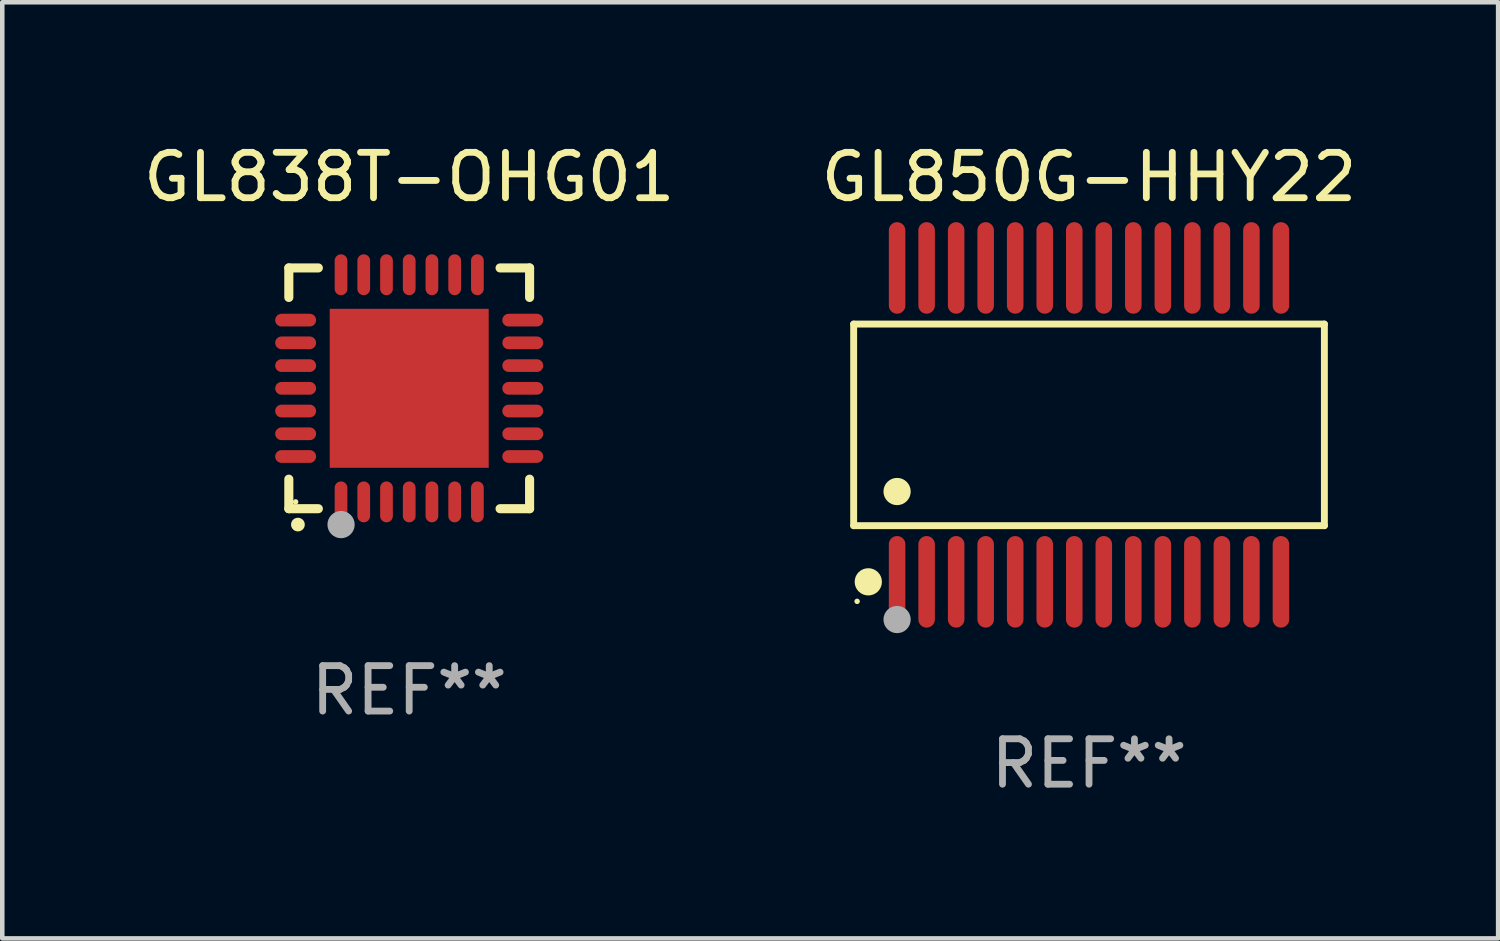
<source format=kicad_pcb>
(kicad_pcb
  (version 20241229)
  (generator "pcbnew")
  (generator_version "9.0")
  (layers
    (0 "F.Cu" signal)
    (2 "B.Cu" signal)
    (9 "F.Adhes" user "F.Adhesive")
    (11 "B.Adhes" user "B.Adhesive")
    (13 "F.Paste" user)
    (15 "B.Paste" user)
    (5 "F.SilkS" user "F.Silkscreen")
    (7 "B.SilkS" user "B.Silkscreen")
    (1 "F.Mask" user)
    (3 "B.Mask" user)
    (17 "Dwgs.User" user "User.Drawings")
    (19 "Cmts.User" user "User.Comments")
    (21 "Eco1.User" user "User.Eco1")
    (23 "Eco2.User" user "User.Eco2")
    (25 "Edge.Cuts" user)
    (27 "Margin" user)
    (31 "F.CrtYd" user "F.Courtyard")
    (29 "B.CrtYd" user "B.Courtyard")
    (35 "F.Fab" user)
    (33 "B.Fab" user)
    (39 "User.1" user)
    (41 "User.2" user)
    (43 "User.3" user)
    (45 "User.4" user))
  (footprint "GL838T-OHG01"
    (layer "F.Cu")
    (at 5.958 5.498)
    (property "Reference" "GL838T-OHG01" (at 0 -4.65 0) (layer "F.SilkS") (effects (font (size 1 1) (thickness 0.15))))
    (attr through_hole)
    (fp_line (start -2.65 -2.65) (end -2.65 -2) (stroke (width 0.2) (type solid)) (layer "F.SilkS"))
    (fp_line (start -2.65 2.65) (end -2.65 2) (stroke (width 0.2) (type solid)) (layer "F.SilkS"))
    (fp_line (start -2 -2.65) (end -2.65 -2.65) (stroke (width 0.2) (type solid)) (layer "F.SilkS"))
    (fp_line (start -2 2.65) (end -2.65 2.65) (stroke (width 0.2) (type solid)) (layer "F.SilkS"))
    (fp_line (start 2 2.65) (end 2.65 2.65) (stroke (width 0.2) (type solid)) (layer "F.SilkS"))
    (fp_line (start 2.65 -2.65) (end 2 -2.65) (stroke (width 0.2) (type solid)) (layer "F.SilkS"))
    (fp_line (start 2.65 -2) (end 2.65 -2.65) (stroke (width 0.2) (type solid)) (layer "F.SilkS"))
    (fp_line (start 2.65 2.65) (end 2.65 2) (stroke (width 0.2) (type solid)) (layer "F.SilkS"))
    (fp_arc (start -2.451105 2.999746) (mid -2.449835 2.999741) (end -2.448565 2.999746) (stroke (width 0.3) (type solid)) (layer "F.SilkS"))
    (fp_circle (center -2.5 2.5) (end -2.47 2.5) (stroke (width 0.06) (type solid)) (fill no) (layer "F.SilkS"))
    (fp_circle (center -1.5 3) (end -1.35 3) (stroke (width 0.3) (type solid)) (fill no) (layer "F.Fab"))
    (fp_text user "REF**" (at 0 6.65 0) (layer "F.Fab") (effects (font (size 1 1) (thickness 0.15))))
    (pad "1" smd oval (at -1.501 2.5 180) (size 0.28 0.9) (layers "F.Cu" "F.Mask" "F.Paste"))
    (pad "2" smd oval (at -1.001 2.5 180) (size 0.28 0.9) (layers "F.Cu" "F.Mask" "F.Paste"))
    (pad "3" smd oval (at -0.5 2.5 180) (size 0.28 0.9) (layers "F.Cu" "F.Mask" "F.Paste"))
    (pad "4" smd oval (at 0.000076 2.5 180) (size 0.28 0.9) (layers "F.Cu" "F.Mask" "F.Paste"))
    (pad "5" smd oval (at 0.5 2.5 180) (size 0.28 0.9) (layers "F.Cu" "F.Mask" "F.Paste"))
    (pad "6" smd oval (at 1.001 2.5 180) (size 0.28 0.9) (layers "F.Cu" "F.Mask" "F.Paste"))
    (pad "7" smd oval (at 1.501 2.5 180) (size 0.28 0.9) (layers "F.Cu" "F.Mask" "F.Paste"))
    (pad "8" smd oval (at 2.5 1.501 90) (size 0.28 0.9) (layers "F.Cu" "F.Mask" "F.Paste"))
    (pad "9" smd oval (at 2.5 1.001 90) (size 0.28 0.9) (layers "F.Cu" "F.Mask" "F.Paste"))
    (pad "10" smd oval (at 2.5 0.5 90) (size 0.28 0.9) (layers "F.Cu" "F.Mask" "F.Paste"))
    (pad "11" smd oval (at 2.5 0.000076 90) (size 0.28 0.9) (layers "F.Cu" "F.Mask" "F.Paste"))
    (pad "12" smd oval (at 2.5 -0.5 90) (size 0.28 0.9) (layers "F.Cu" "F.Mask" "F.Paste"))
    (pad "13" smd oval (at 2.5 -1.001 90) (size 0.28 0.9) (layers "F.Cu" "F.Mask" "F.Paste"))
    (pad "14" smd oval (at 2.5 -1.501 90) (size 0.28 0.9) (layers "F.Cu" "F.Mask" "F.Paste"))
    (pad "15" smd oval (at 1.501 -2.5 180) (size 0.28 0.9) (layers "F.Cu" "F.Mask" "F.Paste"))
    (pad "16" smd oval (at 1.001 -2.5 180) (size 0.28 0.9) (layers "F.Cu" "F.Mask" "F.Paste"))
    (pad "17" smd oval (at 0.5 -2.5 180) (size 0.28 0.9) (layers "F.Cu" "F.Mask" "F.Paste"))
    (pad "18" smd oval (at 0.000076 -2.5 180) (size 0.28 0.9) (layers "F.Cu" "F.Mask" "F.Paste"))
    (pad "19" smd oval (at -0.5 -2.5 180) (size 0.28 0.9) (layers "F.Cu" "F.Mask" "F.Paste"))
    (pad "20" smd oval (at -1.001 -2.5 180) (size 0.28 0.9) (layers "F.Cu" "F.Mask" "F.Paste"))
    (pad "21" smd oval (at -1.501 -2.5 180) (size 0.28 0.9) (layers "F.Cu" "F.Mask" "F.Paste"))
    (pad "22" smd oval (at -2.5 -1.501 90) (size 0.28 0.9) (layers "F.Cu" "F.Mask" "F.Paste"))
    (pad "23" smd oval (at -2.5 -1.001 90) (size 0.28 0.9) (layers "F.Cu" "F.Mask" "F.Paste"))
    (pad "24" smd oval (at -2.5 -0.5 90) (size 0.28 0.9) (layers "F.Cu" "F.Mask" "F.Paste"))
    (pad "25" smd oval (at -2.5 0.000076 90) (size 0.28 0.9) (layers "F.Cu" "F.Mask" "F.Paste"))
    (pad "26" smd oval (at -2.5 0.5 90) (size 0.28 0.9) (layers "F.Cu" "F.Mask" "F.Paste"))
    (pad "27" smd oval (at -2.5 1.001 90) (size 0.28 0.9) (layers "F.Cu" "F.Mask" "F.Paste"))
    (pad "28" smd oval (at -2.5 1.501 90) (size 0.28 0.9) (layers "F.Cu" "F.Mask" "F.Paste"))
    (pad "29" smd rect (at 0.000076 0.000076 90) (size 3.5 3.5) (layers "F.Cu" "F.Mask" "F.Paste")))
  (footprint "GL850G-HHY22"
    (layer "F.Cu")
    (at 20.923 6.303)
    (property "Reference" "GL850G-HHY22" (at 0 -5.455 0) (layer "F.SilkS") (effects (font (size 1 1) (thickness 0.15))))
    (attr through_hole)
    (fp_line (start -5.181 -2.219) (end 5.181 -2.219) (stroke (width 0.152) (type solid)) (layer "F.SilkS"))
    (fp_line (start -5.181 2.219) (end -5.181 -2.219) (stroke (width 0.152) (type solid)) (layer "F.SilkS"))
    (fp_line (start 5.181 -2.219) (end 5.181 2.219) (stroke (width 0.152) (type solid)) (layer "F.SilkS"))
    (fp_line (start 5.181 2.219) (end -5.181 2.219) (stroke (width 0.152) (type solid)) (layer "F.SilkS"))
    (fp_circle (center -5.105 3.885) (end -5.075 3.885) (stroke (width 0.06) (type solid)) (fill no) (layer "F.SilkS"))
    (fp_circle (center -4.859 3.455) (end -4.709 3.455) (stroke (width 0.3) (type solid)) (fill no) (layer "F.SilkS"))
    (fp_circle (center -4.225 1.467) (end -4.075 1.467) (stroke (width 0.3) (type solid)) (fill no) (layer "F.SilkS"))
    (fp_circle (center -4.225 4.285) (end -4.075 4.285) (stroke (width 0.3) (type solid)) (fill no) (layer "F.Fab"))
    (fp_text user "REF**" (at 0 7.455 0) (layer "F.Fab") (effects (font (size 1 1) (thickness 0.15))))
    (pad "1" smd oval (at -4.225 3.455) (size 0.364 2.015) (layers "F.Cu" "F.Mask" "F.Paste"))
    (pad "2" smd oval (at -3.575 3.455) (size 0.364 2.015) (layers "F.Cu" "F.Mask" "F.Paste"))
    (pad "3" smd oval (at -2.925 3.455) (size 0.364 2.015) (layers "F.Cu" "F.Mask" "F.Paste"))
    (pad "4" smd oval (at -2.275 3.455) (size 0.364 2.015) (layers "F.Cu" "F.Mask" "F.Paste"))
    (pad "5" smd oval (at -1.625 3.455) (size 0.364 2.015) (layers "F.Cu" "F.Mask" "F.Paste"))
    (pad "6" smd oval (at -0.975 3.455) (size 0.364 2.015) (layers "F.Cu" "F.Mask" "F.Paste"))
    (pad "7" smd oval (at -0.325 3.455) (size 0.364 2.015) (layers "F.Cu" "F.Mask" "F.Paste"))
    (pad "8" smd oval (at 0.325 3.455) (size 0.364 2.015) (layers "F.Cu" "F.Mask" "F.Paste"))
    (pad "9" smd oval (at 0.975 3.455) (size 0.364 2.015) (layers "F.Cu" "F.Mask" "F.Paste"))
    (pad "10" smd oval (at 1.625 3.455) (size 0.364 2.015) (layers "F.Cu" "F.Mask" "F.Paste"))
    (pad "11" smd oval (at 2.275 3.455) (size 0.364 2.015) (layers "F.Cu" "F.Mask" "F.Paste"))
    (pad "12" smd oval (at 2.925 3.455) (size 0.364 2.015) (layers "F.Cu" "F.Mask" "F.Paste"))
    (pad "13" smd oval (at 3.575 3.455) (size 0.364 2.015) (layers "F.Cu" "F.Mask" "F.Paste"))
    (pad "14" smd oval (at 4.225 3.455) (size 0.364 2.015) (layers "F.Cu" "F.Mask" "F.Paste"))
    (pad "15" smd oval (at 4.225 -3.455) (size 0.364 2.015) (layers "F.Cu" "F.Mask" "F.Paste"))
    (pad "16" smd oval (at 3.575 -3.455) (size 0.364 2.015) (layers "F.Cu" "F.Mask" "F.Paste"))
    (pad "17" smd oval (at 2.925 -3.455) (size 0.364 2.015) (layers "F.Cu" "F.Mask" "F.Paste"))
    (pad "18" smd oval (at 2.275 -3.455) (size 0.364 2.015) (layers "F.Cu" "F.Mask" "F.Paste"))
    (pad "19" smd oval (at 1.625 -3.455) (size 0.364 2.015) (layers "F.Cu" "F.Mask" "F.Paste"))
    (pad "20" smd oval (at 0.975 -3.455) (size 0.364 2.015) (layers "F.Cu" "F.Mask" "F.Paste"))
    (pad "21" smd oval (at 0.325 -3.455) (size 0.364 2.015) (layers "F.Cu" "F.Mask" "F.Paste"))
    (pad "22" smd oval (at -0.325 -3.455) (size 0.364 2.015) (layers "F.Cu" "F.Mask" "F.Paste"))
    (pad "23" smd oval (at -0.975 -3.455) (size 0.364 2.015) (layers "F.Cu" "F.Mask" "F.Paste"))
    (pad "24" smd oval (at -1.625 -3.455) (size 0.364 2.015) (layers "F.Cu" "F.Mask" "F.Paste"))
    (pad "25" smd oval (at -2.275 -3.455) (size 0.364 2.015) (layers "F.Cu" "F.Mask" "F.Paste"))
    (pad "26" smd oval (at -2.925 -3.455) (size 0.364 2.015) (layers "F.Cu" "F.Mask" "F.Paste"))
    (pad "27" smd oval (at -3.575 -3.455) (size 0.364 2.015) (layers "F.Cu" "F.Mask" "F.Paste"))
    (pad "28" smd oval (at -4.225 -3.455) (size 0.364 2.015) (layers "F.Cu" "F.Mask" "F.Paste")))
  (gr_rect
    (start -3 -3)
    (end 29.929 17.607)
    (stroke (width 0.1) (type default))
    (fill no)
    (layer "Edge.Cuts")))
</source>
